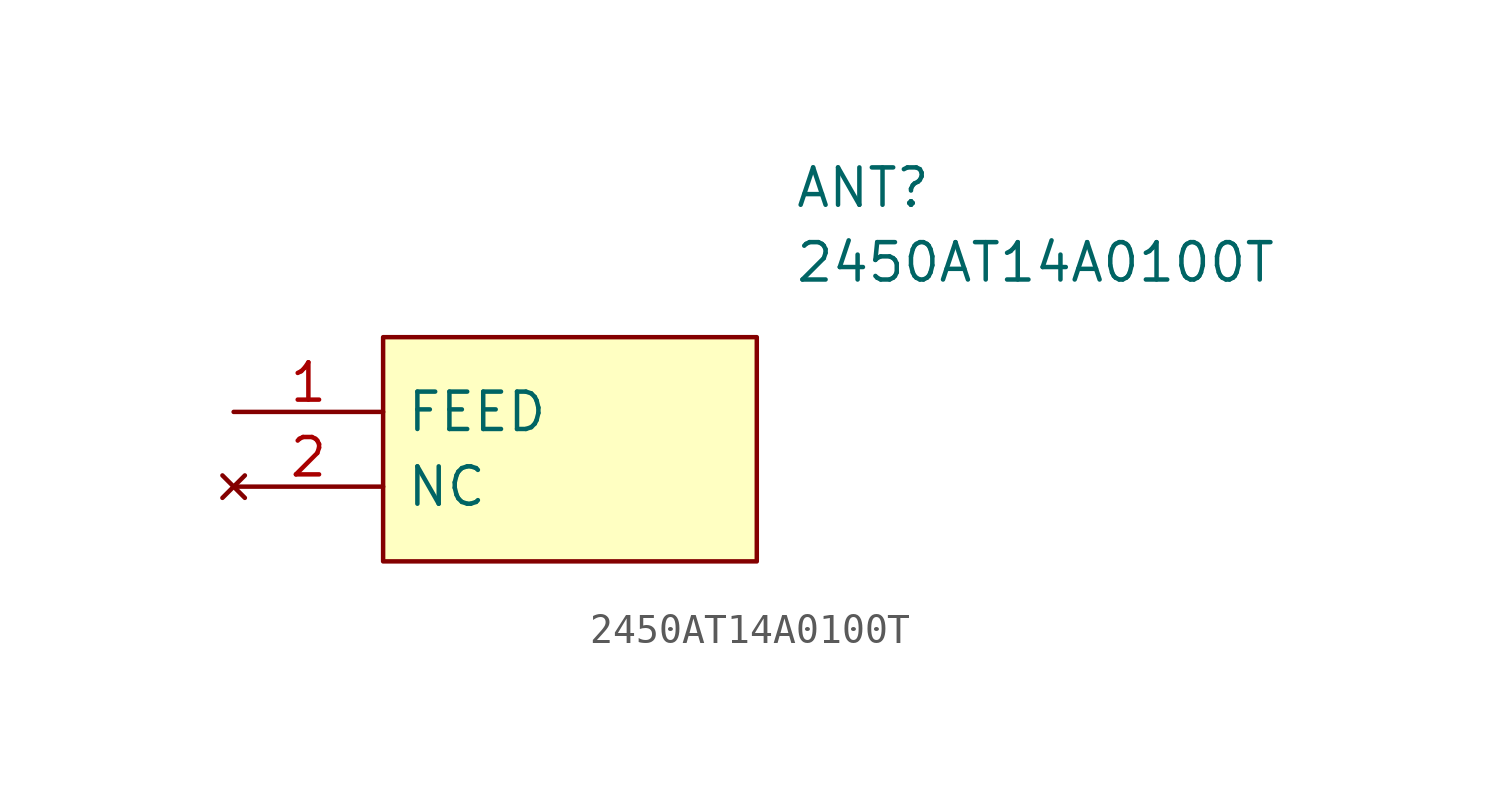
<source format=kicad_sym>
(kicad_symbol_lib
  (version 20211014)
  (generator kicad_symbol_editor)
  (symbol "2450AT14A0100T"
    (pin_names
      (offset 0.762))
    (property "Reference" "ANT"
      (at 19.05 7.62 0)
      (effects (font (size 1.27 1.27)) (justify left)))
    (property "Value" "2450AT14A0100T"
      (at 19.05 5.08 0)
      (effects (font (size 1.27 1.27)) (justify left)))
    (symbol "2450AT14A0100T_0_0"
      (pin input line (at 0 0 0) (length 5.08) (name "FEED" (effects (font (size 1.27 1.27)))) (number "1" (effects (font (size 1.27 1.27)))))
      (pin no_connect line (at 0 -2.54 0) (length 5.08) (name "NC" (effects (font (size 1.27 1.27)))) (number "2" (effects (font (size 1.27 1.27))))))
    (symbol "2450AT14A0100T_0_1"
      (polyline (pts (xy 5.08 2.54) (xy 17.78 2.54) (xy 17.78 -5.08) (xy 5.08 -5.08) (xy 5.08 2.54)) (stroke (width 0.152) (type default) (color 0 0 0 0)) (fill (type background))))))
</source>
